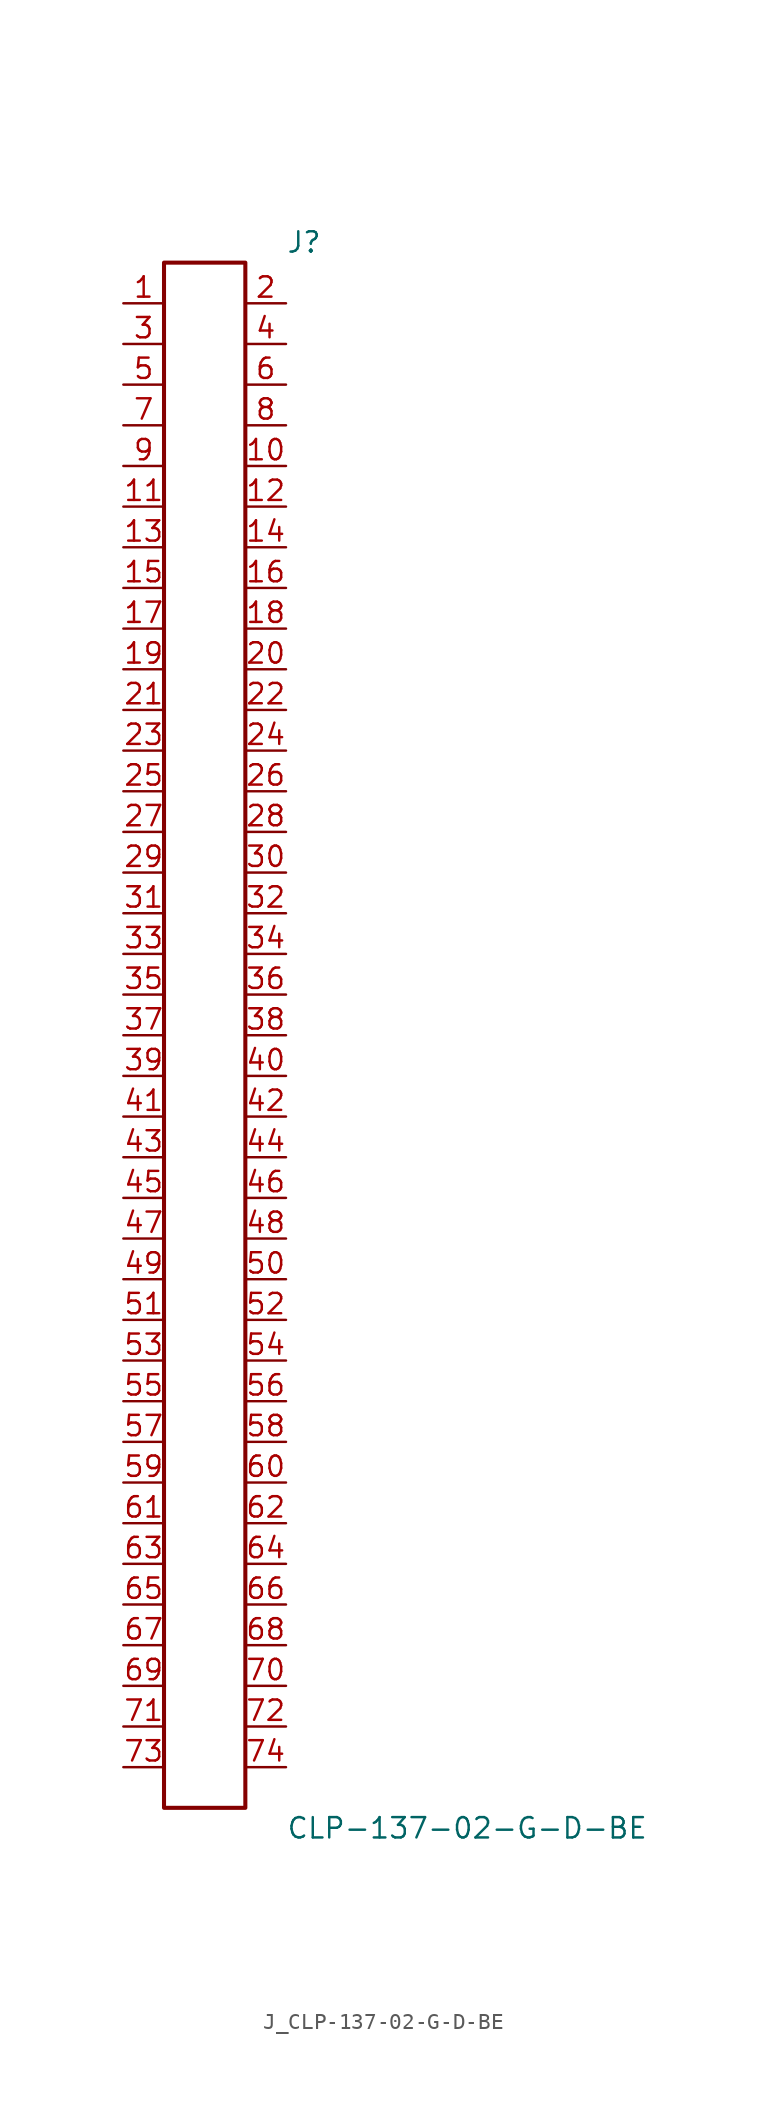
<source format=kicad_sym>
(kicad_symbol_lib
  (version 20231120)
  (generator kicad_symbol_editor)
  (generator_version 8.0)
  (symbol "J_CLP-137-02-G-D-BE"
    (pin_names
      (offset 0.254))
    (property "Reference" "J"
      (at 5.08 49.53 0)
      (effects (font (size 1.27 1.27)) (justify left)))
    (property "Value" "CLP-137-02-G-D-BE"
      (at 5.08 -49.53 0)
      (effects (font (size 1.27 1.27)) (justify left)))
    (symbol "J_CLP-137-02-G-D-BE_0_0"
      (pin passive line (at -5.08 45.72 0) (length 2.54) (name "" (effects (font (size 1.27 1.27)))) (number "1" (effects (font (size 1.27 1.27)))))
      (pin passive line (at 5.08 45.72 180) (length 2.54) (name "" (effects (font (size 1.27 1.27)))) (number "2" (effects (font (size 1.27 1.27)))))
      (pin passive line (at -5.08 43.18 0) (length 2.54) (name "" (effects (font (size 1.27 1.27)))) (number "3" (effects (font (size 1.27 1.27)))))
      (pin passive line (at 5.08 43.18 180) (length 2.54) (name "" (effects (font (size 1.27 1.27)))) (number "4" (effects (font (size 1.27 1.27)))))
      (pin passive line (at -5.08 40.64 0) (length 2.54) (name "" (effects (font (size 1.27 1.27)))) (number "5" (effects (font (size 1.27 1.27)))))
      (pin passive line (at 5.08 40.64 180) (length 2.54) (name "" (effects (font (size 1.27 1.27)))) (number "6" (effects (font (size 1.27 1.27)))))
      (pin passive line (at -5.08 38.1 0) (length 2.54) (name "" (effects (font (size 1.27 1.27)))) (number "7" (effects (font (size 1.27 1.27)))))
      (pin passive line (at 5.08 38.1 180) (length 2.54) (name "" (effects (font (size 1.27 1.27)))) (number "8" (effects (font (size 1.27 1.27)))))
      (pin passive line (at -5.08 35.56 0) (length 2.54) (name "" (effects (font (size 1.27 1.27)))) (number "9" (effects (font (size 1.27 1.27)))))
      (pin passive line (at 5.08 35.56 180) (length 2.54) (name "" (effects (font (size 1.27 1.27)))) (number "10" (effects (font (size 1.27 1.27)))))
      (pin passive line (at -5.08 33.02 0) (length 2.54) (name "" (effects (font (size 1.27 1.27)))) (number "11" (effects (font (size 1.27 1.27)))))
      (pin passive line (at 5.08 33.02 180) (length 2.54) (name "" (effects (font (size 1.27 1.27)))) (number "12" (effects (font (size 1.27 1.27)))))
      (pin passive line (at -5.08 30.48 0) (length 2.54) (name "" (effects (font (size 1.27 1.27)))) (number "13" (effects (font (size 1.27 1.27)))))
      (pin passive line (at 5.08 30.48 180) (length 2.54) (name "" (effects (font (size 1.27 1.27)))) (number "14" (effects (font (size 1.27 1.27)))))
      (pin passive line (at -5.08 27.94 0) (length 2.54) (name "" (effects (font (size 1.27 1.27)))) (number "15" (effects (font (size 1.27 1.27)))))
      (pin passive line (at 5.08 27.94 180) (length 2.54) (name "" (effects (font (size 1.27 1.27)))) (number "16" (effects (font (size 1.27 1.27)))))
      (pin passive line (at -5.08 25.4 0) (length 2.54) (name "" (effects (font (size 1.27 1.27)))) (number "17" (effects (font (size 1.27 1.27)))))
      (pin passive line (at 5.08 25.4 180) (length 2.54) (name "" (effects (font (size 1.27 1.27)))) (number "18" (effects (font (size 1.27 1.27)))))
      (pin passive line (at -5.08 22.86 0) (length 2.54) (name "" (effects (font (size 1.27 1.27)))) (number "19" (effects (font (size 1.27 1.27)))))
      (pin passive line (at 5.08 22.86 180) (length 2.54) (name "" (effects (font (size 1.27 1.27)))) (number "20" (effects (font (size 1.27 1.27)))))
      (pin passive line (at -5.08 20.32 0) (length 2.54) (name "" (effects (font (size 1.27 1.27)))) (number "21" (effects (font (size 1.27 1.27)))))
      (pin passive line (at 5.08 20.32 180) (length 2.54) (name "" (effects (font (size 1.27 1.27)))) (number "22" (effects (font (size 1.27 1.27)))))
      (pin passive line (at -5.08 17.78 0) (length 2.54) (name "" (effects (font (size 1.27 1.27)))) (number "23" (effects (font (size 1.27 1.27)))))
      (pin passive line (at 5.08 17.78 180) (length 2.54) (name "" (effects (font (size 1.27 1.27)))) (number "24" (effects (font (size 1.27 1.27)))))
      (pin passive line (at -5.08 15.24 0) (length 2.54) (name "" (effects (font (size 1.27 1.27)))) (number "25" (effects (font (size 1.27 1.27)))))
      (pin passive line (at 5.08 15.24 180) (length 2.54) (name "" (effects (font (size 1.27 1.27)))) (number "26" (effects (font (size 1.27 1.27)))))
      (pin passive line (at -5.08 12.7 0) (length 2.54) (name "" (effects (font (size 1.27 1.27)))) (number "27" (effects (font (size 1.27 1.27)))))
      (pin passive line (at 5.08 12.7 180) (length 2.54) (name "" (effects (font (size 1.27 1.27)))) (number "28" (effects (font (size 1.27 1.27)))))
      (pin passive line (at -5.08 10.16 0) (length 2.54) (name "" (effects (font (size 1.27 1.27)))) (number "29" (effects (font (size 1.27 1.27)))))
      (pin passive line (at 5.08 10.16 180) (length 2.54) (name "" (effects (font (size 1.27 1.27)))) (number "30" (effects (font (size 1.27 1.27)))))
      (pin passive line (at -5.08 7.62 0) (length 2.54) (name "" (effects (font (size 1.27 1.27)))) (number "31" (effects (font (size 1.27 1.27)))))
      (pin passive line (at 5.08 7.62 180) (length 2.54) (name "" (effects (font (size 1.27 1.27)))) (number "32" (effects (font (size 1.27 1.27)))))
      (pin passive line (at -5.08 5.08 0) (length 2.54) (name "" (effects (font (size 1.27 1.27)))) (number "33" (effects (font (size 1.27 1.27)))))
      (pin passive line (at 5.08 5.08 180) (length 2.54) (name "" (effects (font (size 1.27 1.27)))) (number "34" (effects (font (size 1.27 1.27)))))
      (pin passive line (at -5.08 2.54 0) (length 2.54) (name "" (effects (font (size 1.27 1.27)))) (number "35" (effects (font (size 1.27 1.27)))))
      (pin passive line (at 5.08 2.54 180) (length 2.54) (name "" (effects (font (size 1.27 1.27)))) (number "36" (effects (font (size 1.27 1.27)))))
      (pin passive line (at -5.08 0.0 0) (length 2.54) (name "" (effects (font (size 1.27 1.27)))) (number "37" (effects (font (size 1.27 1.27)))))
      (pin passive line (at 5.08 0.0 180) (length 2.54) (name "" (effects (font (size 1.27 1.27)))) (number "38" (effects (font (size 1.27 1.27)))))
      (pin passive line (at -5.08 -2.54 0) (length 2.54) (name "" (effects (font (size 1.27 1.27)))) (number "39" (effects (font (size 1.27 1.27)))))
      (pin passive line (at 5.08 -2.54 180) (length 2.54) (name "" (effects (font (size 1.27 1.27)))) (number "40" (effects (font (size 1.27 1.27)))))
      (pin passive line (at -5.08 -5.08 0) (length 2.54) (name "" (effects (font (size 1.27 1.27)))) (number "41" (effects (font (size 1.27 1.27)))))
      (pin passive line (at 5.08 -5.08 180) (length 2.54) (name "" (effects (font (size 1.27 1.27)))) (number "42" (effects (font (size 1.27 1.27)))))
      (pin passive line (at -5.08 -7.62 0) (length 2.54) (name "" (effects (font (size 1.27 1.27)))) (number "43" (effects (font (size 1.27 1.27)))))
      (pin passive line (at 5.08 -7.62 180) (length 2.54) (name "" (effects (font (size 1.27 1.27)))) (number "44" (effects (font (size 1.27 1.27)))))
      (pin passive line (at -5.08 -10.16 0) (length 2.54) (name "" (effects (font (size 1.27 1.27)))) (number "45" (effects (font (size 1.27 1.27)))))
      (pin passive line (at 5.08 -10.16 180) (length 2.54) (name "" (effects (font (size 1.27 1.27)))) (number "46" (effects (font (size 1.27 1.27)))))
      (pin passive line (at -5.08 -12.7 0) (length 2.54) (name "" (effects (font (size 1.27 1.27)))) (number "47" (effects (font (size 1.27 1.27)))))
      (pin passive line (at 5.08 -12.7 180) (length 2.54) (name "" (effects (font (size 1.27 1.27)))) (number "48" (effects (font (size 1.27 1.27)))))
      (pin passive line (at -5.08 -15.24 0) (length 2.54) (name "" (effects (font (size 1.27 1.27)))) (number "49" (effects (font (size 1.27 1.27)))))
      (pin passive line (at 5.08 -15.24 180) (length 2.54) (name "" (effects (font (size 1.27 1.27)))) (number "50" (effects (font (size 1.27 1.27)))))
      (pin passive line (at -5.08 -17.78 0) (length 2.54) (name "" (effects (font (size 1.27 1.27)))) (number "51" (effects (font (size 1.27 1.27)))))
      (pin passive line (at 5.08 -17.78 180) (length 2.54) (name "" (effects (font (size 1.27 1.27)))) (number "52" (effects (font (size 1.27 1.27)))))
      (pin passive line (at -5.08 -20.32 0) (length 2.54) (name "" (effects (font (size 1.27 1.27)))) (number "53" (effects (font (size 1.27 1.27)))))
      (pin passive line (at 5.08 -20.32 180) (length 2.54) (name "" (effects (font (size 1.27 1.27)))) (number "54" (effects (font (size 1.27 1.27)))))
      (pin passive line (at -5.08 -22.86 0) (length 2.54) (name "" (effects (font (size 1.27 1.27)))) (number "55" (effects (font (size 1.27 1.27)))))
      (pin passive line (at 5.08 -22.86 180) (length 2.54) (name "" (effects (font (size 1.27 1.27)))) (number "56" (effects (font (size 1.27 1.27)))))
      (pin passive line (at -5.08 -25.4 0) (length 2.54) (name "" (effects (font (size 1.27 1.27)))) (number "57" (effects (font (size 1.27 1.27)))))
      (pin passive line (at 5.08 -25.4 180) (length 2.54) (name "" (effects (font (size 1.27 1.27)))) (number "58" (effects (font (size 1.27 1.27)))))
      (pin passive line (at -5.08 -27.94 0) (length 2.54) (name "" (effects (font (size 1.27 1.27)))) (number "59" (effects (font (size 1.27 1.27)))))
      (pin passive line (at 5.08 -27.94 180) (length 2.54) (name "" (effects (font (size 1.27 1.27)))) (number "60" (effects (font (size 1.27 1.27)))))
      (pin passive line (at -5.08 -30.48 0) (length 2.54) (name "" (effects (font (size 1.27 1.27)))) (number "61" (effects (font (size 1.27 1.27)))))
      (pin passive line (at 5.08 -30.48 180) (length 2.54) (name "" (effects (font (size 1.27 1.27)))) (number "62" (effects (font (size 1.27 1.27)))))
      (pin passive line (at -5.08 -33.02 0) (length 2.54) (name "" (effects (font (size 1.27 1.27)))) (number "63" (effects (font (size 1.27 1.27)))))
      (pin passive line (at 5.08 -33.02 180) (length 2.54) (name "" (effects (font (size 1.27 1.27)))) (number "64" (effects (font (size 1.27 1.27)))))
      (pin passive line (at -5.08 -35.56 0) (length 2.54) (name "" (effects (font (size 1.27 1.27)))) (number "65" (effects (font (size 1.27 1.27)))))
      (pin passive line (at 5.08 -35.56 180) (length 2.54) (name "" (effects (font (size 1.27 1.27)))) (number "66" (effects (font (size 1.27 1.27)))))
      (pin passive line (at -5.08 -38.1 0) (length 2.54) (name "" (effects (font (size 1.27 1.27)))) (number "67" (effects (font (size 1.27 1.27)))))
      (pin passive line (at 5.08 -38.1 180) (length 2.54) (name "" (effects (font (size 1.27 1.27)))) (number "68" (effects (font (size 1.27 1.27)))))
      (pin passive line (at -5.08 -40.64 0) (length 2.54) (name "" (effects (font (size 1.27 1.27)))) (number "69" (effects (font (size 1.27 1.27)))))
      (pin passive line (at 5.08 -40.64 180) (length 2.54) (name "" (effects (font (size 1.27 1.27)))) (number "70" (effects (font (size 1.27 1.27)))))
      (pin passive line (at -5.08 -43.18 0) (length 2.54) (name "" (effects (font (size 1.27 1.27)))) (number "71" (effects (font (size 1.27 1.27)))))
      (pin passive line (at 5.08 -43.18 180) (length 2.54) (name "" (effects (font (size 1.27 1.27)))) (number "72" (effects (font (size 1.27 1.27)))))
      (pin passive line (at -5.08 -45.72 0) (length 2.54) (name "" (effects (font (size 1.27 1.27)))) (number "73" (effects (font (size 1.27 1.27)))))
      (pin passive line (at 5.08 -45.72 180) (length 2.54) (name "" (effects (font (size 1.27 1.27)))) (number "74" (effects (font (size 1.27 1.27))))))
    (symbol "J_CLP-137-02-G-D-BE_1_0"
      (rectangle (start -2.54 48.26) (end 2.54 -48.26) (stroke (width 0.254) (type solid)) (fill (type none))))))
</source>
